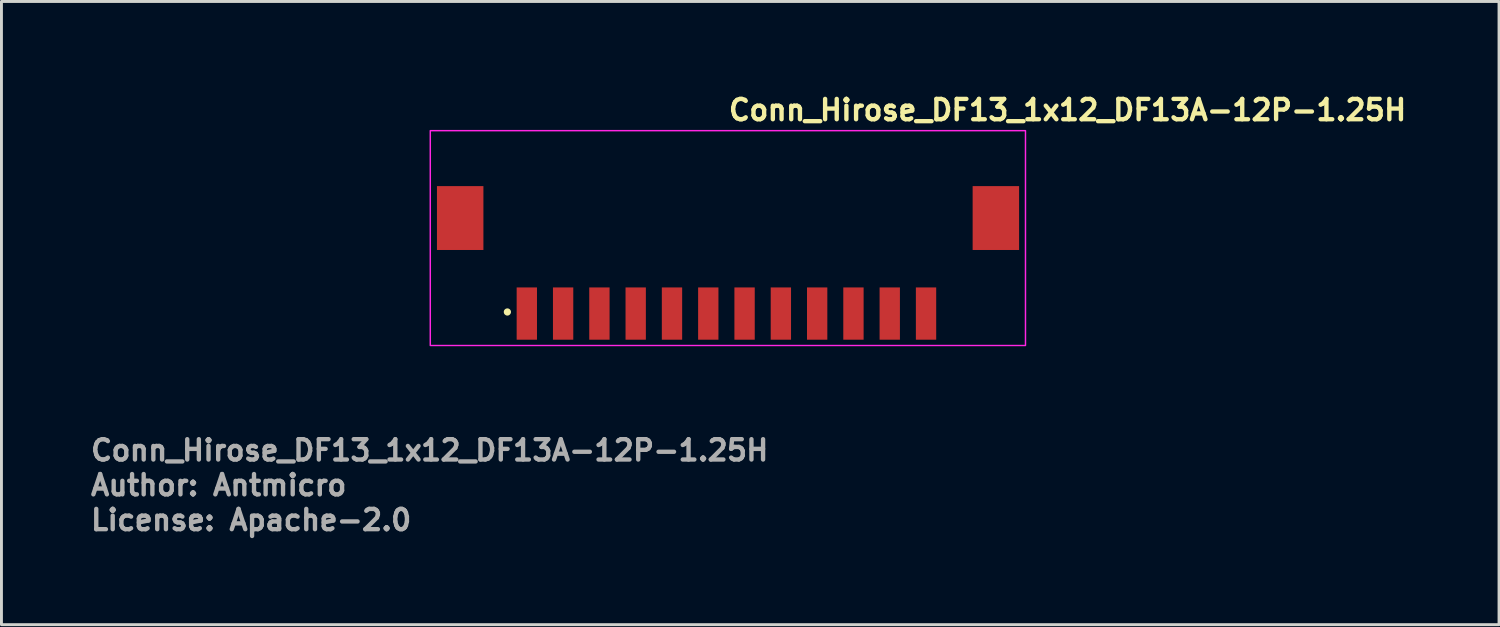
<source format=kicad_pcb>
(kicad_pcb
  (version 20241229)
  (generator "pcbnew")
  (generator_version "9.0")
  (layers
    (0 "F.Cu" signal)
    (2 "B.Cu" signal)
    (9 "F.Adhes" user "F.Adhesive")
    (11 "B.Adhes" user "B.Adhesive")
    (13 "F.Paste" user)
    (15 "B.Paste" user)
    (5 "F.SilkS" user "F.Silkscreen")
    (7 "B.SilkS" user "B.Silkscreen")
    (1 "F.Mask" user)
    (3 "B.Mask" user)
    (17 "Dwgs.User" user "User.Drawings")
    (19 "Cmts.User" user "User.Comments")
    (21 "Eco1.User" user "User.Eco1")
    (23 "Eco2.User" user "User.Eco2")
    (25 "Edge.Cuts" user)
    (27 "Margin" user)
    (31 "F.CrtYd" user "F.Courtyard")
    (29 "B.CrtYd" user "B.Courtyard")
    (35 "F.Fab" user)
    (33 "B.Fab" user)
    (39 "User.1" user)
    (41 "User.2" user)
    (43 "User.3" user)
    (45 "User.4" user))
  (footprint "Conn_Hirose_DF13_1x12_DF13A-12P-1.25H"
    (layer "F.Cu")
    (at 21.97 5.05)
    (property "Reference" "Conn_Hirose_DF13_1x12_DF13A-12P-1.25H" (at 0 -3.9 180) (layer "F.SilkS") (effects (font (size 0.7 0.7) (thickness 0.15)) (justify left bottom)))
    (attr smd)
    (fp_circle (center -7.545 2.645) (end -7.495 2.645) (stroke (width 0.15) (type solid)) (fill yes) (layer "F.SilkS"))
    (fp_rect (start -10.2 -3.6) (end 10.3 3.8) (stroke (width 0.05) (type solid)) (fill no) (layer "F.CrtYd"))
    (fp_rect (start -9.825 -3.25) (end 9.825 3.25) (stroke (width 0.1) (type solid)) (fill no) (layer "User.5"))
    (fp_line (start -9.825 -1.45) (end -9.825 -0.8) (stroke (width 0.02) (type solid)) (layer "User.9"))
    (fp_line (start -9.825 -1.45) (end -9.708 -1.45) (stroke (width 0.02) (type solid)) (layer "User.9"))
    (fp_line (start -9.825 -0.8) (end -9.708 -0.8) (stroke (width 0.02) (type solid)) (layer "User.9"))
    (fp_line (start -9.825 -0.3) (end -9.825 -0.8) (stroke (width 0.02) (type solid)) (layer "User.9"))
    (fp_line (start -9.825 -0.3) (end -9.825 0.35) (stroke (width 0.02) (type solid)) (layer "User.9"))
    (fp_line (start -9.825 -0.3) (end -9.708 -0.3) (stroke (width 0.02) (type solid)) (layer "User.9"))
    (fp_line (start -9.825 0.35) (end -9.708 0.35) (stroke (width 0.02) (type solid)) (layer "User.9"))
    (fp_line (start -9.708 -1.45) (end -9.708 -1.45) (stroke (width 0.02) (type solid)) (layer "User.9"))
    (fp_line (start -9.708 -1.45) (end -9.425 -1.45) (stroke (width 0.02) (type solid)) (layer "User.9"))
    (fp_line (start -9.708 -0.8) (end -9.708 -0.8) (stroke (width 0.02) (type solid)) (layer "User.9"))
    (fp_line (start -9.708 -0.8) (end -9.425 -0.8) (stroke (width 0.02) (type solid)) (layer "User.9"))
    (fp_line (start -9.708 -0.3) (end -9.708 -0.3) (stroke (width 0.02) (type solid)) (layer "User.9"))
    (fp_line (start -9.708 -0.3) (end -9.425 -0.3) (stroke (width 0.02) (type solid)) (layer "User.9"))
    (fp_line (start -9.708 0.35) (end -9.708 0.35) (stroke (width 0.02) (type solid)) (layer "User.9"))
    (fp_line (start -9.708 0.35) (end -9.425 0.35) (stroke (width 0.02) (type solid)) (layer "User.9"))
    (fp_line (start -9.625 -0.3) (end -9.625 -0.8) (stroke (width 0.02) (type solid)) (layer "User.9"))
    (fp_line (start -9.425 -0.8) (end -9.025 -0.8) (stroke (width 0.02) (type solid)) (layer "User.9"))
    (fp_line (start -9.425 0.35) (end -8.725 0.35) (stroke (width 0.02) (type solid)) (layer "User.9"))
    (fp_line (start -9.075 -2.25) (end -8.325 -2.25) (stroke (width 0.02) (type solid)) (layer "User.9"))
    (fp_line (start -9.075 -1.45) (end -9.075 -2.25) (stroke (width 0.02) (type solid)) (layer "User.9"))
    (fp_line (start -9.075 1.15) (end -9.075 0.35) (stroke (width 0.02) (type solid)) (layer "User.9"))
    (fp_line (start -9.075 1.15) (end -8.325 1.15) (stroke (width 0.02) (type solid)) (layer "User.9"))
    (fp_line (start -9.025 -0.8) (end -9.025 -0.3) (stroke (width 0.02) (type solid)) (layer "User.9"))
    (fp_line (start -9.025 -0.3) (end -9.425 -0.3) (stroke (width 0.02) (type solid)) (layer "User.9"))
    (fp_line (start -8.725 -1.45) (end -9.425 -1.45) (stroke (width 0.02) (type solid)) (layer "User.9"))
    (fp_line (start -8.725 -1.45) (end -8.442 -1.45) (stroke (width 0.02) (type solid)) (layer "User.9"))
    (fp_line (start -8.725 0.35) (end -8.442 0.35) (stroke (width 0.02) (type solid)) (layer "User.9"))
    (fp_line (start -8.535 -1.75) (end -8.325 -1.75) (stroke (width 0.02) (type solid)) (layer "User.9"))
    (fp_line (start -8.535 -1.45) (end -8.535 -1.75) (stroke (width 0.02) (type solid)) (layer "User.9"))
    (fp_line (start -8.535 0.65) (end -8.535 0.35) (stroke (width 0.02) (type solid)) (layer "User.9"))
    (fp_line (start -8.535 0.65) (end -8.325 0.65) (stroke (width 0.02) (type solid)) (layer "User.9"))
    (fp_line (start -8.525 -1.732) (end -8.525 -1.75) (stroke (width 0.02) (type solid)) (layer "User.9"))
    (fp_line (start -8.525 -1.732) (end -8.525 -1.55) (stroke (width 0.02) (type solid)) (layer "User.9"))
    (fp_line (start -8.525 -1.55) (end -8.325 -1.55) (stroke (width 0.02) (type solid)) (layer "User.9"))
    (fp_line (start -8.525 -1.45) (end -8.525 -1.55) (stroke (width 0.02) (type solid)) (layer "User.9"))
    (fp_line (start -8.525 0.451) (end -8.525 0.35) (stroke (width 0.02) (type solid)) (layer "User.9"))
    (fp_line (start -8.525 0.633) (end -8.525 0.451) (stroke (width 0.02) (type solid)) (layer "User.9"))
    (fp_line (start -8.525 0.65) (end -8.525 0.633) (stroke (width 0.02) (type solid)) (layer "User.9"))
    (fp_line (start -8.442 -1.45) (end -8.442 -1.45) (stroke (width 0.02) (type solid)) (layer "User.9"))
    (fp_line (start -8.442 -1.45) (end -8.325 -1.45) (stroke (width 0.02) (type solid)) (layer "User.9"))
    (fp_line (start -8.442 0.35) (end -8.442 0.35) (stroke (width 0.02) (type solid)) (layer "User.9"))
    (fp_line (start -8.442 0.35) (end -8.325 0.35) (stroke (width 0.02) (type solid)) (layer "User.9"))
    (fp_line (start -8.325 -3.25) (end -7.35 -3.25) (stroke (width 0.02) (type solid)) (layer "User.9"))
    (fp_line (start -8.325 0.451) (end -8.525 0.451) (stroke (width 0.02) (type solid)) (layer "User.9"))
    (fp_line (start -8.325 1.75) (end -8.325 -3.25) (stroke (width 0.02) (type solid)) (layer "User.9"))
    (fp_line (start -7.35 -3.25) (end -7.35 1.75) (stroke (width 0.02) (type solid)) (layer "User.9"))
    (fp_line (start -7.35 0.85) (end 7.35 0.85) (stroke (width 0.02) (type solid)) (layer "User.9"))
    (fp_line (start -7.35 1.75) (end -8.325 1.75) (stroke (width 0.02) (type solid)) (layer "User.9"))
    (fp_line (start -7.35 1.75) (end -7.05 1.75) (stroke (width 0.02) (type solid)) (layer "User.9"))
    (fp_line (start -7.05 1.05) (end -7.05 1.2) (stroke (width 0.02) (type solid)) (layer "User.9"))
    (fp_line (start -7.05 1.05) (end -6.7 1.05) (stroke (width 0.02) (type solid)) (layer "User.9"))
    (fp_line (start -7.05 1.3) (end -6.7 1.3) (stroke (width 0.02) (type solid)) (layer "User.9"))
    (fp_line (start -7.05 1.303) (end -7.05 1.05) (stroke (width 0.02) (type solid)) (layer "User.9"))
    (fp_line (start -7.05 1.303) (end -7.05 1.45) (stroke (width 0.02) (type solid)) (layer "User.9"))
    (fp_line (start -7.05 1.45) (end -7.05 1.45) (stroke (width 0.02) (type solid)) (layer "User.9"))
    (fp_line (start -7.05 1.45) (end -7.05 1.75) (stroke (width 0.02) (type solid)) (layer "User.9"))
    (fp_line (start -7.05 1.75) (end -7.05 2.95) (stroke (width 0.02) (type solid)) (layer "User.9"))
    (fp_line (start -7.05 2.95) (end -6.975 3.25) (stroke (width 0.02) (type solid)) (layer "User.9"))
    (fp_line (start -6.975 3.25) (end -6.775 3.25) (stroke (width 0.02) (type solid)) (layer "User.9"))
    (fp_line (start -6.775 3.25) (end -6.7 2.95) (stroke (width 0.02) (type solid)) (layer "User.9"))
    (fp_line (start -6.7 1.05) (end -6.7 1.2) (stroke (width 0.02) (type solid)) (layer "User.9"))
    (fp_line (start -6.7 1.05) (end -6.699 1.05) (stroke (width 0.02) (type solid)) (layer "User.9"))
    (fp_line (start -6.7 1.2) (end -6.7 1.3) (stroke (width 0.02) (type solid)) (layer "User.9"))
    (fp_line (start -6.7 1.3) (end -6.7 1.432) (stroke (width 0.02) (type solid)) (layer "User.9"))
    (fp_line (start -6.7 1.432) (end -6.7 1.432) (stroke (width 0.02) (type solid)) (layer "User.9"))
    (fp_line (start -6.7 1.432) (end -6.7 1.75) (stroke (width 0.02) (type solid)) (layer "User.9"))
    (fp_line (start -6.7 1.55) (end -6.699 1.55) (stroke (width 0.02) (type solid)) (layer "User.9"))
    (fp_line (start -6.7 1.75) (end -6.7 2.95) (stroke (width 0.02) (type solid)) (layer "User.9"))
    (fp_line (start -6.7 2.95) (end -7.05 2.95) (stroke (width 0.02) (type solid)) (layer "User.9"))
    (fp_line (start -6.699 1.05) (end -7.05 1.05) (stroke (width 0.02) (type solid)) (layer "User.9"))
    (fp_line (start -6.699 1.75) (end -6.699 1.05) (stroke (width 0.02) (type solid)) (layer "User.9"))
    (fp_line (start -5.801 1.05) (end -5.8 1.05) (stroke (width 0.02) (type solid)) (layer "User.9"))
    (fp_line (start -5.801 1.05) (end -5.449 1.05) (stroke (width 0.02) (type solid)) (layer "User.9"))
    (fp_line (start -5.801 1.55) (end -5.8 1.55) (stroke (width 0.02) (type solid)) (layer "User.9"))
    (fp_line (start -5.801 1.75) (end -6.699 1.75) (stroke (width 0.02) (type solid)) (layer "User.9"))
    (fp_line (start -5.801 1.75) (end -5.801 1.05) (stroke (width 0.02) (type solid)) (layer "User.9"))
    (fp_line (start -5.8 1.05) (end -5.8 1.2) (stroke (width 0.02) (type solid)) (layer "User.9"))
    (fp_line (start -5.8 1.2) (end -5.8 1.3) (stroke (width 0.02) (type solid)) (layer "User.9"))
    (fp_line (start -5.8 1.3) (end -5.8 1.432) (stroke (width 0.02) (type solid)) (layer "User.9"))
    (fp_line (start -5.8 1.3) (end -5.45 1.3) (stroke (width 0.02) (type solid)) (layer "User.9"))
    (fp_line (start -5.8 1.432) (end -5.8 1.432) (stroke (width 0.02) (type solid)) (layer "User.9"))
    (fp_line (start -5.8 1.432) (end -5.8 1.75) (stroke (width 0.02) (type solid)) (layer "User.9"))
    (fp_line (start -5.8 1.75) (end -5.8 2.95) (stroke (width 0.02) (type solid)) (layer "User.9"))
    (fp_line (start -5.8 2.95) (end -5.725 3.25) (stroke (width 0.02) (type solid)) (layer "User.9"))
    (fp_line (start -5.725 3.25) (end -5.525 3.25) (stroke (width 0.02) (type solid)) (layer "User.9"))
    (fp_line (start -5.525 3.25) (end -5.45 2.95) (stroke (width 0.02) (type solid)) (layer "User.9"))
    (fp_line (start -5.45 1.05) (end -5.45 1.2) (stroke (width 0.02) (type solid)) (layer "User.9"))
    (fp_line (start -5.45 1.05) (end -5.449 1.05) (stroke (width 0.02) (type solid)) (layer "User.9"))
    (fp_line (start -5.45 1.2) (end -5.45 1.3) (stroke (width 0.02) (type solid)) (layer "User.9"))
    (fp_line (start -5.45 1.3) (end -5.45 1.432) (stroke (width 0.02) (type solid)) (layer "User.9"))
    (fp_line (start -5.45 1.432) (end -5.45 1.432) (stroke (width 0.02) (type solid)) (layer "User.9"))
    (fp_line (start -5.45 1.432) (end -5.45 1.75) (stroke (width 0.02) (type solid)) (layer "User.9"))
    (fp_line (start -5.45 1.55) (end -5.449 1.55) (stroke (width 0.02) (type solid)) (layer "User.9"))
    (fp_line (start -5.45 1.75) (end -5.45 2.95) (stroke (width 0.02) (type solid)) (layer "User.9"))
    (fp_line (start -5.45 2.95) (end -5.8 2.95) (stroke (width 0.02) (type solid)) (layer "User.9"))
    (fp_line (start -5.449 1.75) (end -5.449 1.05) (stroke (width 0.02) (type solid)) (layer "User.9"))
    (fp_line (start -5.449 1.75) (end -4.551 1.75) (stroke (width 0.02) (type solid)) (layer "User.9"))
    (fp_line (start -4.551 1.05) (end -4.55 1.05) (stroke (width 0.02) (type solid)) (layer "User.9"))
    (fp_line (start -4.551 1.05) (end -4.199 1.05) (stroke (width 0.02) (type solid)) (layer "User.9"))
    (fp_line (start -4.551 1.55) (end -4.55 1.55) (stroke (width 0.02) (type solid)) (layer "User.9"))
    (fp_line (start -4.551 1.75) (end -4.551 1.05) (stroke (width 0.02) (type solid)) (layer "User.9"))
    (fp_line (start -4.55 1.05) (end -4.55 1.2) (stroke (width 0.02) (type solid)) (layer "User.9"))
    (fp_line (start -4.55 1.2) (end -4.55 1.3) (stroke (width 0.02) (type solid)) (layer "User.9"))
    (fp_line (start -4.55 1.3) (end -4.55 1.432) (stroke (width 0.02) (type solid)) (layer "User.9"))
    (fp_line (start -4.55 1.3) (end -4.2 1.3) (stroke (width 0.02) (type solid)) (layer "User.9"))
    (fp_line (start -4.55 1.432) (end -4.55 1.432) (stroke (width 0.02) (type solid)) (layer "User.9"))
    (fp_line (start -4.55 1.432) (end -4.55 1.75) (stroke (width 0.02) (type solid)) (layer "User.9"))
    (fp_line (start -4.55 1.75) (end -4.55 2.95) (stroke (width 0.02) (type solid)) (layer "User.9"))
    (fp_line (start -4.55 2.95) (end -4.475 3.25) (stroke (width 0.02) (type solid)) (layer "User.9"))
    (fp_line (start -4.475 3.25) (end -4.275 3.25) (stroke (width 0.02) (type solid)) (layer "User.9"))
    (fp_line (start -4.275 3.25) (end -4.2 2.95) (stroke (width 0.02) (type solid)) (layer "User.9"))
    (fp_line (start -4.2 1.05) (end -4.2 1.2) (stroke (width 0.02) (type solid)) (layer "User.9"))
    (fp_line (start -4.2 1.05) (end -4.199 1.05) (stroke (width 0.02) (type solid)) (layer "User.9"))
    (fp_line (start -4.2 1.2) (end -4.2 1.3) (stroke (width 0.02) (type solid)) (layer "User.9"))
    (fp_line (start -4.2 1.3) (end -4.2 1.432) (stroke (width 0.02) (type solid)) (layer "User.9"))
    (fp_line (start -4.2 1.432) (end -4.2 1.432) (stroke (width 0.02) (type solid)) (layer "User.9"))
    (fp_line (start -4.2 1.432) (end -4.2 1.75) (stroke (width 0.02) (type solid)) (layer "User.9"))
    (fp_line (start -4.2 1.55) (end -4.199 1.55) (stroke (width 0.02) (type solid)) (layer "User.9"))
    (fp_line (start -4.2 1.75) (end -4.2 2.95) (stroke (width 0.02) (type solid)) (layer "User.9"))
    (fp_line (start -4.2 2.95) (end -4.55 2.95) (stroke (width 0.02) (type solid)) (layer "User.9"))
    (fp_line (start -4.199 1.75) (end -4.199 1.05) (stroke (width 0.02) (type solid)) (layer "User.9"))
    (fp_line (start -4.199 1.75) (end -3.301 1.75) (stroke (width 0.02) (type solid)) (layer "User.9"))
    (fp_line (start -3.301 1.05) (end -3.3 1.05) (stroke (width 0.02) (type solid)) (layer "User.9"))
    (fp_line (start -3.301 1.05) (end -2.949 1.05) (stroke (width 0.02) (type solid)) (layer "User.9"))
    (fp_line (start -3.301 1.55) (end -3.3 1.55) (stroke (width 0.02) (type solid)) (layer "User.9"))
    (fp_line (start -3.301 1.75) (end -3.301 1.05) (stroke (width 0.02) (type solid)) (layer "User.9"))
    (fp_line (start -3.3 1.05) (end -3.3 1.2) (stroke (width 0.02) (type solid)) (layer "User.9"))
    (fp_line (start -3.3 1.2) (end -3.3 1.3) (stroke (width 0.02) (type solid)) (layer "User.9"))
    (fp_line (start -3.3 1.3) (end -3.3 1.432) (stroke (width 0.02) (type solid)) (layer "User.9"))
    (fp_line (start -3.3 1.3) (end -2.95 1.3) (stroke (width 0.02) (type solid)) (layer "User.9"))
    (fp_line (start -3.3 1.432) (end -3.3 1.432) (stroke (width 0.02) (type solid)) (layer "User.9"))
    (fp_line (start -3.3 1.432) (end -3.3 1.75) (stroke (width 0.02) (type solid)) (layer "User.9"))
    (fp_line (start -3.3 1.75) (end -3.3 2.95) (stroke (width 0.02) (type solid)) (layer "User.9"))
    (fp_line (start -3.3 2.95) (end -3.225 3.25) (stroke (width 0.02) (type solid)) (layer "User.9"))
    (fp_line (start -3.225 3.25) (end -3.025 3.25) (stroke (width 0.02) (type solid)) (layer "User.9"))
    (fp_line (start -3.025 3.25) (end -2.95 2.95) (stroke (width 0.02) (type solid)) (layer "User.9"))
    (fp_line (start -2.95 1.05) (end -2.95 1.2) (stroke (width 0.02) (type solid)) (layer "User.9"))
    (fp_line (start -2.95 1.05) (end -2.949 1.05) (stroke (width 0.02) (type solid)) (layer "User.9"))
    (fp_line (start -2.95 1.2) (end -2.95 1.3) (stroke (width 0.02) (type solid)) (layer "User.9"))
    (fp_line (start -2.95 1.3) (end -2.95 1.432) (stroke (width 0.02) (type solid)) (layer "User.9"))
    (fp_line (start -2.95 1.432) (end -2.95 1.432) (stroke (width 0.02) (type solid)) (layer "User.9"))
    (fp_line (start -2.95 1.432) (end -2.95 1.75) (stroke (width 0.02) (type solid)) (layer "User.9"))
    (fp_line (start -2.95 1.55) (end -2.949 1.55) (stroke (width 0.02) (type solid)) (layer "User.9"))
    (fp_line (start -2.95 1.75) (end -2.95 2.95) (stroke (width 0.02) (type solid)) (layer "User.9"))
    (fp_line (start -2.95 2.95) (end -3.3 2.95) (stroke (width 0.02) (type solid)) (layer "User.9"))
    (fp_line (start -2.949 1.75) (end -2.949 1.05) (stroke (width 0.02) (type solid)) (layer "User.9"))
    (fp_line (start -2.949 1.75) (end -2.051 1.75) (stroke (width 0.02) (type solid)) (layer "User.9"))
    (fp_line (start -2.051 1.05) (end -2.05 1.05) (stroke (width 0.02) (type solid)) (layer "User.9"))
    (fp_line (start -2.051 1.05) (end -1.699 1.05) (stroke (width 0.02) (type solid)) (layer "User.9"))
    (fp_line (start -2.051 1.55) (end -2.05 1.55) (stroke (width 0.02) (type solid)) (layer "User.9"))
    (fp_line (start -2.051 1.75) (end -2.051 1.05) (stroke (width 0.02) (type solid)) (layer "User.9"))
    (fp_line (start -2.05 1.05) (end -2.05 1.2) (stroke (width 0.02) (type solid)) (layer "User.9"))
    (fp_line (start -2.05 1.2) (end -2.05 1.3) (stroke (width 0.02) (type solid)) (layer "User.9"))
    (fp_line (start -2.05 1.3) (end -2.05 1.432) (stroke (width 0.02) (type solid)) (layer "User.9"))
    (fp_line (start -2.05 1.3) (end -1.7 1.3) (stroke (width 0.02) (type solid)) (layer "User.9"))
    (fp_line (start -2.05 1.432) (end -2.05 1.432) (stroke (width 0.02) (type solid)) (layer "User.9"))
    (fp_line (start -2.05 1.432) (end -2.05 1.75) (stroke (width 0.02) (type solid)) (layer "User.9"))
    (fp_line (start -2.05 1.75) (end -2.05 2.95) (stroke (width 0.02) (type solid)) (layer "User.9"))
    (fp_line (start -2.05 2.95) (end -1.975 3.25) (stroke (width 0.02) (type solid)) (layer "User.9"))
    (fp_line (start -1.975 3.25) (end -1.775 3.25) (stroke (width 0.02) (type solid)) (layer "User.9"))
    (fp_line (start -1.775 3.25) (end -1.7 2.95) (stroke (width 0.02) (type solid)) (layer "User.9"))
    (fp_line (start -1.7 1.05) (end -1.7 1.2) (stroke (width 0.02) (type solid)) (layer "User.9"))
    (fp_line (start -1.7 1.05) (end -1.699 1.05) (stroke (width 0.02) (type solid)) (layer "User.9"))
    (fp_line (start -1.7 1.2) (end -1.7 1.3) (stroke (width 0.02) (type solid)) (layer "User.9"))
    (fp_line (start -1.7 1.3) (end -1.7 1.432) (stroke (width 0.02) (type solid)) (layer "User.9"))
    (fp_line (start -1.7 1.432) (end -1.7 1.432) (stroke (width 0.02) (type solid)) (layer "User.9"))
    (fp_line (start -1.7 1.432) (end -1.7 1.75) (stroke (width 0.02) (type solid)) (layer "User.9"))
    (fp_line (start -1.7 1.55) (end -1.699 1.55) (stroke (width 0.02) (type solid)) (layer "User.9"))
    (fp_line (start -1.7 1.75) (end -1.7 2.95) (stroke (width 0.02) (type solid)) (layer "User.9"))
    (fp_line (start -1.7 2.95) (end -2.05 2.95) (stroke (width 0.02) (type solid)) (layer "User.9"))
    (fp_line (start -1.699 1.75) (end -1.699 1.05) (stroke (width 0.02) (type solid)) (layer "User.9"))
    (fp_line (start -1.699 1.75) (end -0.801 1.75) (stroke (width 0.02) (type solid)) (layer "User.9"))
    (fp_line (start -0.801 1.05) (end -0.8 1.05) (stroke (width 0.02) (type solid)) (layer "User.9"))
    (fp_line (start -0.801 1.55) (end -0.8 1.55) (stroke (width 0.02) (type solid)) (layer "User.9"))
    (fp_line (start -0.801 1.75) (end -0.801 1.05) (stroke (width 0.02) (type solid)) (layer "User.9"))
    (fp_line (start -0.8 1.05) (end -0.8 1.2) (stroke (width 0.02) (type solid)) (layer "User.9"))
    (fp_line (start -0.8 1.2) (end -0.8 1.3) (stroke (width 0.02) (type solid)) (layer "User.9"))
    (fp_line (start -0.8 1.3) (end -0.8 1.432) (stroke (width 0.02) (type solid)) (layer "User.9"))
    (fp_line (start -0.8 1.3) (end -0.45 1.3) (stroke (width 0.02) (type solid)) (layer "User.9"))
    (fp_line (start -0.8 1.432) (end -0.8 1.432) (stroke (width 0.02) (type solid)) (layer "User.9"))
    (fp_line (start -0.8 1.432) (end -0.8 1.75) (stroke (width 0.02) (type solid)) (layer "User.9"))
    (fp_line (start -0.8 1.75) (end -0.8 2.95) (stroke (width 0.02) (type solid)) (layer "User.9"))
    (fp_line (start -0.8 2.95) (end -0.725 3.25) (stroke (width 0.02) (type solid)) (layer "User.9"))
    (fp_line (start -0.725 3.25) (end -0.525 3.25) (stroke (width 0.02) (type solid)) (layer "User.9"))
    (fp_line (start -0.525 3.25) (end -0.45 2.95) (stroke (width 0.02) (type solid)) (layer "User.9"))
    (fp_line (start -0.45 1.05) (end -0.45 1.2) (stroke (width 0.02) (type solid)) (layer "User.9"))
    (fp_line (start -0.45 1.05) (end -0.449 1.05) (stroke (width 0.02) (type solid)) (layer "User.9"))
    (fp_line (start -0.45 1.2) (end -0.45 1.3) (stroke (width 0.02) (type solid)) (layer "User.9"))
    (fp_line (start -0.45 1.3) (end -0.45 1.432) (stroke (width 0.02) (type solid)) (layer "User.9"))
    (fp_line (start -0.45 1.432) (end -0.45 1.432) (stroke (width 0.02) (type solid)) (layer "User.9"))
    (fp_line (start -0.45 1.432) (end -0.45 1.75) (stroke (width 0.02) (type solid)) (layer "User.9"))
    (fp_line (start -0.45 1.55) (end -0.449 1.55) (stroke (width 0.02) (type solid)) (layer "User.9"))
    (fp_line (start -0.45 1.75) (end -0.45 2.95) (stroke (width 0.02) (type solid)) (layer "User.9"))
    (fp_line (start -0.45 2.95) (end -0.8 2.95) (stroke (width 0.02) (type solid)) (layer "User.9"))
    (fp_line (start -0.449 1.05) (end -0.801 1.05) (stroke (width 0.02) (type solid)) (layer "User.9"))
    (fp_line (start -0.449 1.75) (end -0.449 1.05) (stroke (width 0.02) (type solid)) (layer "User.9"))
    (fp_line (start -0.449 1.75) (end 0.449 1.75) (stroke (width 0.02) (type solid)) (layer "User.9"))
    (fp_line (start 0.449 1.05) (end 0.45 1.05) (stroke (width 0.02) (type solid)) (layer "User.9"))
    (fp_line (start 0.449 1.05) (end 0.801 1.05) (stroke (width 0.02) (type solid)) (layer "User.9"))
    (fp_line (start 0.449 1.55) (end 0.45 1.55) (stroke (width 0.02) (type solid)) (layer "User.9"))
    (fp_line (start 0.449 1.75) (end 0.449 1.05) (stroke (width 0.02) (type solid)) (layer "User.9"))
    (fp_line (start 0.45 1.05) (end 0.45 1.2) (stroke (width 0.02) (type solid)) (layer "User.9"))
    (fp_line (start 0.45 1.2) (end 0.45 1.3) (stroke (width 0.02) (type solid)) (layer "User.9"))
    (fp_line (start 0.45 1.3) (end 0.45 1.432) (stroke (width 0.02) (type solid)) (layer "User.9"))
    (fp_line (start 0.45 1.3) (end 0.8 1.3) (stroke (width 0.02) (type solid)) (layer "User.9"))
    (fp_line (start 0.45 1.432) (end 0.45 1.432) (stroke (width 0.02) (type solid)) (layer "User.9"))
    (fp_line (start 0.45 1.432) (end 0.45 1.75) (stroke (width 0.02) (type solid)) (layer "User.9"))
    (fp_line (start 0.45 1.75) (end 0.45 2.95) (stroke (width 0.02) (type solid)) (layer "User.9"))
    (fp_line (start 0.45 2.95) (end 0.525 3.25) (stroke (width 0.02) (type solid)) (layer "User.9"))
    (fp_line (start 0.525 3.25) (end 0.725 3.25) (stroke (width 0.02) (type solid)) (layer "User.9"))
    (fp_line (start 0.725 3.25) (end 0.8 2.95) (stroke (width 0.02) (type solid)) (layer "User.9"))
    (fp_line (start 0.8 1.05) (end 0.8 1.2) (stroke (width 0.02) (type solid)) (layer "User.9"))
    (fp_line (start 0.8 1.05) (end 0.801 1.05) (stroke (width 0.02) (type solid)) (layer "User.9"))
    (fp_line (start 0.8 1.2) (end 0.8 1.3) (stroke (width 0.02) (type solid)) (layer "User.9"))
    (fp_line (start 0.8 1.3) (end 0.8 1.432) (stroke (width 0.02) (type solid)) (layer "User.9"))
    (fp_line (start 0.8 1.432) (end 0.8 1.432) (stroke (width 0.02) (type solid)) (layer "User.9"))
    (fp_line (start 0.8 1.432) (end 0.8 1.75) (stroke (width 0.02) (type solid)) (layer "User.9"))
    (fp_line (start 0.8 1.55) (end 0.801 1.55) (stroke (width 0.02) (type solid)) (layer "User.9"))
    (fp_line (start 0.8 1.75) (end 0.8 2.95) (stroke (width 0.02) (type solid)) (layer "User.9"))
    (fp_line (start 0.8 2.95) (end 0.45 2.95) (stroke (width 0.02) (type solid)) (layer "User.9"))
    (fp_line (start 0.801 1.75) (end 0.801 1.05) (stroke (width 0.02) (type solid)) (layer "User.9"))
    (fp_line (start 1.699 1.05) (end 1.7 1.05) (stroke (width 0.02) (type solid)) (layer "User.9"))
    (fp_line (start 1.699 1.55) (end 1.7 1.55) (stroke (width 0.02) (type solid)) (layer "User.9"))
    (fp_line (start 1.699 1.75) (end 0.801 1.75) (stroke (width 0.02) (type solid)) (layer "User.9"))
    (fp_line (start 1.699 1.75) (end 1.699 1.05) (stroke (width 0.02) (type solid)) (layer "User.9"))
    (fp_line (start 1.7 1.05) (end 1.7 1.2) (stroke (width 0.02) (type solid)) (layer "User.9"))
    (fp_line (start 1.7 1.2) (end 1.7 1.3) (stroke (width 0.02) (type solid)) (layer "User.9"))
    (fp_line (start 1.7 1.3) (end 1.7 1.432) (stroke (width 0.02) (type solid)) (layer "User.9"))
    (fp_line (start 1.7 1.3) (end 2.05 1.3) (stroke (width 0.02) (type solid)) (layer "User.9"))
    (fp_line (start 1.7 1.432) (end 1.7 1.432) (stroke (width 0.02) (type solid)) (layer "User.9"))
    (fp_line (start 1.7 1.432) (end 1.7 1.75) (stroke (width 0.02) (type solid)) (layer "User.9"))
    (fp_line (start 1.7 1.75) (end 1.7 2.95) (stroke (width 0.02) (type solid)) (layer "User.9"))
    (fp_line (start 1.7 2.95) (end 1.775 3.25) (stroke (width 0.02) (type solid)) (layer "User.9"))
    (fp_line (start 1.775 3.25) (end 1.975 3.25) (stroke (width 0.02) (type solid)) (layer "User.9"))
    (fp_line (start 1.975 3.25) (end 2.05 2.95) (stroke (width 0.02) (type solid)) (layer "User.9"))
    (fp_line (start 2.05 1.05) (end 2.05 1.2) (stroke (width 0.02) (type solid)) (layer "User.9"))
    (fp_line (start 2.05 1.05) (end 2.051 1.05) (stroke (width 0.02) (type solid)) (layer "User.9"))
    (fp_line (start 2.05 1.2) (end 2.05 1.3) (stroke (width 0.02) (type solid)) (layer "User.9"))
    (fp_line (start 2.05 1.3) (end 2.05 1.432) (stroke (width 0.02) (type solid)) (layer "User.9"))
    (fp_line (start 2.05 1.432) (end 2.05 1.432) (stroke (width 0.02) (type solid)) (layer "User.9"))
    (fp_line (start 2.05 1.432) (end 2.05 1.75) (stroke (width 0.02) (type solid)) (layer "User.9"))
    (fp_line (start 2.05 1.55) (end 2.051 1.55) (stroke (width 0.02) (type solid)) (layer "User.9"))
    (fp_line (start 2.05 1.75) (end 2.05 2.95) (stroke (width 0.02) (type solid)) (layer "User.9"))
    (fp_line (start 2.05 2.95) (end 1.7 2.95) (stroke (width 0.02) (type solid)) (layer "User.9"))
    (fp_line (start 2.051 1.05) (end 1.699 1.05) (stroke (width 0.02) (type solid)) (layer "User.9"))
    (fp_line (start 2.051 1.75) (end 2.051 1.05) (stroke (width 0.02) (type solid)) (layer "User.9"))
    (fp_line (start 2.949 1.05) (end 2.95 1.05) (stroke (width 0.02) (type solid)) (layer "User.9"))
    (fp_line (start 2.949 1.55) (end 2.95 1.55) (stroke (width 0.02) (type solid)) (layer "User.9"))
    (fp_line (start 2.949 1.75) (end 2.051 1.75) (stroke (width 0.02) (type solid)) (layer "User.9"))
    (fp_line (start 2.949 1.75) (end 2.949 1.05) (stroke (width 0.02) (type solid)) (layer "User.9"))
    (fp_line (start 2.95 1.05) (end 2.95 1.2) (stroke (width 0.02) (type solid)) (layer "User.9"))
    (fp_line (start 2.95 1.2) (end 2.95 1.3) (stroke (width 0.02) (type solid)) (layer "User.9"))
    (fp_line (start 2.95 1.3) (end 2.95 1.432) (stroke (width 0.02) (type solid)) (layer "User.9"))
    (fp_line (start 2.95 1.3) (end 3.3 1.3) (stroke (width 0.02) (type solid)) (layer "User.9"))
    (fp_line (start 2.95 1.432) (end 2.95 1.432) (stroke (width 0.02) (type solid)) (layer "User.9"))
    (fp_line (start 2.95 1.432) (end 2.95 1.75) (stroke (width 0.02) (type solid)) (layer "User.9"))
    (fp_line (start 2.95 1.75) (end 2.95 2.95) (stroke (width 0.02) (type solid)) (layer "User.9"))
    (fp_line (start 2.95 2.95) (end 3.025 3.25) (stroke (width 0.02) (type solid)) (layer "User.9"))
    (fp_line (start 3.025 3.25) (end 3.225 3.25) (stroke (width 0.02) (type solid)) (layer "User.9"))
    (fp_line (start 3.225 3.25) (end 3.3 2.95) (stroke (width 0.02) (type solid)) (layer "User.9"))
    (fp_line (start 3.3 1.05) (end 3.3 1.2) (stroke (width 0.02) (type solid)) (layer "User.9"))
    (fp_line (start 3.3 1.05) (end 3.301 1.05) (stroke (width 0.02) (type solid)) (layer "User.9"))
    (fp_line (start 3.3 1.2) (end 3.3 1.3) (stroke (width 0.02) (type solid)) (layer "User.9"))
    (fp_line (start 3.3 1.3) (end 3.3 1.432) (stroke (width 0.02) (type solid)) (layer "User.9"))
    (fp_line (start 3.3 1.432) (end 3.3 1.432) (stroke (width 0.02) (type solid)) (layer "User.9"))
    (fp_line (start 3.3 1.432) (end 3.3 1.75) (stroke (width 0.02) (type solid)) (layer "User.9"))
    (fp_line (start 3.3 1.55) (end 3.301 1.55) (stroke (width 0.02) (type solid)) (layer "User.9"))
    (fp_line (start 3.3 1.75) (end 3.3 2.95) (stroke (width 0.02) (type solid)) (layer "User.9"))
    (fp_line (start 3.3 2.95) (end 2.95 2.95) (stroke (width 0.02) (type solid)) (layer "User.9"))
    (fp_line (start 3.301 1.05) (end 2.949 1.05) (stroke (width 0.02) (type solid)) (layer "User.9"))
    (fp_line (start 3.301 1.75) (end 3.301 1.05) (stroke (width 0.02) (type solid)) (layer "User.9"))
    (fp_line (start 4.199 1.05) (end 4.2 1.05) (stroke (width 0.02) (type solid)) (layer "User.9"))
    (fp_line (start 4.199 1.55) (end 4.2 1.55) (stroke (width 0.02) (type solid)) (layer "User.9"))
    (fp_line (start 4.199 1.75) (end 3.301 1.75) (stroke (width 0.02) (type solid)) (layer "User.9"))
    (fp_line (start 4.199 1.75) (end 4.199 1.05) (stroke (width 0.02) (type solid)) (layer "User.9"))
    (fp_line (start 4.2 1.05) (end 4.2 1.2) (stroke (width 0.02) (type solid)) (layer "User.9"))
    (fp_line (start 4.2 1.2) (end 4.2 1.3) (stroke (width 0.02) (type solid)) (layer "User.9"))
    (fp_line (start 4.2 1.3) (end 4.2 1.432) (stroke (width 0.02) (type solid)) (layer "User.9"))
    (fp_line (start 4.2 1.3) (end 4.55 1.3) (stroke (width 0.02) (type solid)) (layer "User.9"))
    (fp_line (start 4.2 1.432) (end 4.2 1.432) (stroke (width 0.02) (type solid)) (layer "User.9"))
    (fp_line (start 4.2 1.432) (end 4.2 1.75) (stroke (width 0.02) (type solid)) (layer "User.9"))
    (fp_line (start 4.2 1.75) (end 4.2 2.95) (stroke (width 0.02) (type solid)) (layer "User.9"))
    (fp_line (start 4.2 2.95) (end 4.275 3.25) (stroke (width 0.02) (type solid)) (layer "User.9"))
    (fp_line (start 4.275 3.25) (end 4.475 3.25) (stroke (width 0.02) (type solid)) (layer "User.9"))
    (fp_line (start 4.475 3.25) (end 4.55 2.95) (stroke (width 0.02) (type solid)) (layer "User.9"))
    (fp_line (start 4.55 1.05) (end 4.55 1.2) (stroke (width 0.02) (type solid)) (layer "User.9"))
    (fp_line (start 4.55 1.05) (end 4.551 1.05) (stroke (width 0.02) (type solid)) (layer "User.9"))
    (fp_line (start 4.55 1.2) (end 4.55 1.3) (stroke (width 0.02) (type solid)) (layer "User.9"))
    (fp_line (start 4.55 1.3) (end 4.55 1.432) (stroke (width 0.02) (type solid)) (layer "User.9"))
    (fp_line (start 4.55 1.432) (end 4.55 1.432) (stroke (width 0.02) (type solid)) (layer "User.9"))
    (fp_line (start 4.55 1.432) (end 4.55 1.75) (stroke (width 0.02) (type solid)) (layer "User.9"))
    (fp_line (start 4.55 1.55) (end 4.551 1.55) (stroke (width 0.02) (type solid)) (layer "User.9"))
    (fp_line (start 4.55 1.75) (end 4.55 2.95) (stroke (width 0.02) (type solid)) (layer "User.9"))
    (fp_line (start 4.55 2.95) (end 4.2 2.95) (stroke (width 0.02) (type solid)) (layer "User.9"))
    (fp_line (start 4.551 1.05) (end 4.199 1.05) (stroke (width 0.02) (type solid)) (layer "User.9"))
    (fp_line (start 4.551 1.75) (end 4.551 1.05) (stroke (width 0.02) (type solid)) (layer "User.9"))
    (fp_line (start 5.449 1.05) (end 5.45 1.05) (stroke (width 0.02) (type solid)) (layer "User.9"))
    (fp_line (start 5.449 1.55) (end 5.45 1.55) (stroke (width 0.02) (type solid)) (layer "User.9"))
    (fp_line (start 5.449 1.75) (end 4.551 1.75) (stroke (width 0.02) (type solid)) (layer "User.9"))
    (fp_line (start 5.449 1.75) (end 5.449 1.05) (stroke (width 0.02) (type solid)) (layer "User.9"))
    (fp_line (start 5.45 1.05) (end 5.45 1.2) (stroke (width 0.02) (type solid)) (layer "User.9"))
    (fp_line (start 5.45 1.2) (end 5.45 1.3) (stroke (width 0.02) (type solid)) (layer "User.9"))
    (fp_line (start 5.45 1.3) (end 5.45 1.432) (stroke (width 0.02) (type solid)) (layer "User.9"))
    (fp_line (start 5.45 1.3) (end 5.8 1.3) (stroke (width 0.02) (type solid)) (layer "User.9"))
    (fp_line (start 5.45 1.432) (end 5.45 1.432) (stroke (width 0.02) (type solid)) (layer "User.9"))
    (fp_line (start 5.45 1.432) (end 5.45 1.75) (stroke (width 0.02) (type solid)) (layer "User.9"))
    (fp_line (start 5.45 1.75) (end 5.45 2.95) (stroke (width 0.02) (type solid)) (layer "User.9"))
    (fp_line (start 5.45 2.95) (end 5.525 3.25) (stroke (width 0.02) (type solid)) (layer "User.9"))
    (fp_line (start 5.525 3.25) (end 5.725 3.25) (stroke (width 0.02) (type solid)) (layer "User.9"))
    (fp_line (start 5.725 3.25) (end 5.8 2.95) (stroke (width 0.02) (type solid)) (layer "User.9"))
    (fp_line (start 5.8 1.05) (end 5.8 1.2) (stroke (width 0.02) (type solid)) (layer "User.9"))
    (fp_line (start 5.8 1.05) (end 5.801 1.05) (stroke (width 0.02) (type solid)) (layer "User.9"))
    (fp_line (start 5.8 1.2) (end 5.8 1.3) (stroke (width 0.02) (type solid)) (layer "User.9"))
    (fp_line (start 5.8 1.3) (end 5.8 1.432) (stroke (width 0.02) (type solid)) (layer "User.9"))
    (fp_line (start 5.8 1.432) (end 5.8 1.432) (stroke (width 0.02) (type solid)) (layer "User.9"))
    (fp_line (start 5.8 1.432) (end 5.8 1.75) (stroke (width 0.02) (type solid)) (layer "User.9"))
    (fp_line (start 5.8 1.55) (end 5.801 1.55) (stroke (width 0.02) (type solid)) (layer "User.9"))
    (fp_line (start 5.8 1.75) (end 5.8 2.95) (stroke (width 0.02) (type solid)) (layer "User.9"))
    (fp_line (start 5.8 2.95) (end 5.45 2.95) (stroke (width 0.02) (type solid)) (layer "User.9"))
    (fp_line (start 5.801 1.05) (end 5.449 1.05) (stroke (width 0.02) (type solid)) (layer "User.9"))
    (fp_line (start 5.801 1.75) (end 5.801 1.05) (stroke (width 0.02) (type solid)) (layer "User.9"))
    (fp_line (start 5.801 1.75) (end 6.699 1.75) (stroke (width 0.02) (type solid)) (layer "User.9"))
    (fp_line (start 6.699 1.05) (end 6.7 1.05) (stroke (width 0.02) (type solid)) (layer "User.9"))
    (fp_line (start 6.699 1.05) (end 7.05 1.05) (stroke (width 0.02) (type solid)) (layer "User.9"))
    (fp_line (start 6.699 1.55) (end 6.7 1.55) (stroke (width 0.02) (type solid)) (layer "User.9"))
    (fp_line (start 6.699 1.75) (end 6.699 1.05) (stroke (width 0.02) (type solid)) (layer "User.9"))
    (fp_line (start 6.7 1.05) (end 6.7 1.2) (stroke (width 0.02) (type solid)) (layer "User.9"))
    (fp_line (start 6.7 1.05) (end 7.05 1.05) (stroke (width 0.02) (type solid)) (layer "User.9"))
    (fp_line (start 6.7 1.2) (end 6.7 1.3) (stroke (width 0.02) (type solid)) (layer "User.9"))
    (fp_line (start 6.7 1.3) (end 6.7 1.432) (stroke (width 0.02) (type solid)) (layer "User.9"))
    (fp_line (start 6.7 1.3) (end 7.05 1.3) (stroke (width 0.02) (type solid)) (layer "User.9"))
    (fp_line (start 6.7 1.432) (end 6.7 1.432) (stroke (width 0.02) (type solid)) (layer "User.9"))
    (fp_line (start 6.7 1.432) (end 6.7 1.75) (stroke (width 0.02) (type solid)) (layer "User.9"))
    (fp_line (start 6.7 1.75) (end 6.7 2.95) (stroke (width 0.02) (type solid)) (layer "User.9"))
    (fp_line (start 6.7 2.95) (end 6.775 3.25) (stroke (width 0.02) (type solid)) (layer "User.9"))
    (fp_line (start 6.775 3.25) (end 6.975 3.25) (stroke (width 0.02) (type solid)) (layer "User.9"))
    (fp_line (start 6.975 3.25) (end 7.05 2.95) (stroke (width 0.02) (type solid)) (layer "User.9"))
    (fp_line (start 7.05 1.05) (end 7.05 1.2) (stroke (width 0.02) (type solid)) (layer "User.9"))
    (fp_line (start 7.05 1.303) (end 7.05 1.05) (stroke (width 0.02) (type solid)) (layer "User.9"))
    (fp_line (start 7.05 1.303) (end 7.05 1.45) (stroke (width 0.02) (type solid)) (layer "User.9"))
    (fp_line (start 7.05 1.45) (end 7.05 1.45) (stroke (width 0.02) (type solid)) (layer "User.9"))
    (fp_line (start 7.05 1.45) (end 7.05 1.75) (stroke (width 0.02) (type solid)) (layer "User.9"))
    (fp_line (start 7.05 1.75) (end 7.05 2.95) (stroke (width 0.02) (type solid)) (layer "User.9"))
    (fp_line (start 7.05 2.95) (end 6.7 2.95) (stroke (width 0.02) (type solid)) (layer "User.9"))
    (fp_line (start 7.35 -3.25) (end -7.35 -3.25) (stroke (width 0.02) (type solid)) (layer "User.9"))
    (fp_line (start 7.35 -3.25) (end 7.35 1.75) (stroke (width 0.02) (type solid)) (layer "User.9"))
    (fp_line (start 7.35 1.75) (end 7.05 1.75) (stroke (width 0.02) (type solid)) (layer "User.9"))
    (fp_line (start 7.35 1.75) (end 8.325 1.75) (stroke (width 0.02) (type solid)) (layer "User.9"))
    (fp_line (start 8.325 -3.25) (end 7.35 -3.25) (stroke (width 0.02) (type solid)) (layer "User.9"))
    (fp_line (start 8.325 0.451) (end 8.525 0.451) (stroke (width 0.02) (type solid)) (layer "User.9"))
    (fp_line (start 8.325 1.75) (end 8.325 -3.25) (stroke (width 0.02) (type solid)) (layer "User.9"))
    (fp_line (start 8.442 -1.45) (end 8.325 -1.45) (stroke (width 0.02) (type solid)) (layer "User.9"))
    (fp_line (start 8.442 -1.45) (end 8.442 -1.45) (stroke (width 0.02) (type solid)) (layer "User.9"))
    (fp_line (start 8.442 0.35) (end 8.325 0.35) (stroke (width 0.02) (type solid)) (layer "User.9"))
    (fp_line (start 8.442 0.35) (end 8.442 0.35) (stroke (width 0.02) (type solid)) (layer "User.9"))
    (fp_line (start 8.525 -1.732) (end 8.525 -1.75) (stroke (width 0.02) (type solid)) (layer "User.9"))
    (fp_line (start 8.525 -1.732) (end 8.525 -1.55) (stroke (width 0.02) (type solid)) (layer "User.9"))
    (fp_line (start 8.525 -1.55) (end 8.325 -1.55) (stroke (width 0.02) (type solid)) (layer "User.9"))
    (fp_line (start 8.525 -1.45) (end 8.525 -1.55) (stroke (width 0.02) (type solid)) (layer "User.9"))
    (fp_line (start 8.525 0.451) (end 8.525 0.35) (stroke (width 0.02) (type solid)) (layer "User.9"))
    (fp_line (start 8.525 0.633) (end 8.525 0.451) (stroke (width 0.02) (type solid)) (layer "User.9"))
    (fp_line (start 8.525 0.65) (end 8.525 0.633) (stroke (width 0.02) (type solid)) (layer "User.9"))
    (fp_line (start 8.535 -1.75) (end 8.325 -1.75) (stroke (width 0.02) (type solid)) (layer "User.9"))
    (fp_line (start 8.535 -1.45) (end 8.535 -1.75) (stroke (width 0.02) (type solid)) (layer "User.9"))
    (fp_line (start 8.535 0.65) (end 8.325 0.65) (stroke (width 0.02) (type solid)) (layer "User.9"))
    (fp_line (start 8.535 0.65) (end 8.535 0.35) (stroke (width 0.02) (type solid)) (layer "User.9"))
    (fp_line (start 8.725 -1.45) (end 8.442 -1.45) (stroke (width 0.02) (type solid)) (layer "User.9"))
    (fp_line (start 8.725 -1.45) (end 9.425 -1.45) (stroke (width 0.02) (type solid)) (layer "User.9"))
    (fp_line (start 8.725 0.35) (end 8.442 0.35) (stroke (width 0.02) (type solid)) (layer "User.9"))
    (fp_line (start 9.025 -0.8) (end 9.025 -0.3) (stroke (width 0.02) (type solid)) (layer "User.9"))
    (fp_line (start 9.025 -0.3) (end 9.425 -0.3) (stroke (width 0.02) (type solid)) (layer "User.9"))
    (fp_line (start 9.075 -2.25) (end 8.325 -2.25) (stroke (width 0.02) (type solid)) (layer "User.9"))
    (fp_line (start 9.075 -1.45) (end 9.075 -2.25) (stroke (width 0.02) (type solid)) (layer "User.9"))
    (fp_line (start 9.075 1.15) (end 8.325 1.15) (stroke (width 0.02) (type solid)) (layer "User.9"))
    (fp_line (start 9.075 1.15) (end 9.075 0.35) (stroke (width 0.02) (type solid)) (layer "User.9"))
    (fp_line (start 9.425 -0.8) (end 9.025 -0.8) (stroke (width 0.02) (type solid)) (layer "User.9"))
    (fp_line (start 9.425 0.35) (end 8.725 0.35) (stroke (width 0.02) (type solid)) (layer "User.9"))
    (fp_line (start 9.625 -0.3) (end 9.625 -0.8) (stroke (width 0.02) (type solid)) (layer "User.9"))
    (fp_line (start 9.708 -1.45) (end 9.425 -1.45) (stroke (width 0.02) (type solid)) (layer "User.9"))
    (fp_line (start 9.708 -1.45) (end 9.708 -1.45) (stroke (width 0.02) (type solid)) (layer "User.9"))
    (fp_line (start 9.708 -0.8) (end 9.425 -0.8) (stroke (width 0.02) (type solid)) (layer "User.9"))
    (fp_line (start 9.708 -0.8) (end 9.708 -0.8) (stroke (width 0.02) (type solid)) (layer "User.9"))
    (fp_line (start 9.708 -0.3) (end 9.425 -0.3) (stroke (width 0.02) (type solid)) (layer "User.9"))
    (fp_line (start 9.708 -0.3) (end 9.708 -0.3) (stroke (width 0.02) (type solid)) (layer "User.9"))
    (fp_line (start 9.708 0.35) (end 9.425 0.35) (stroke (width 0.02) (type solid)) (layer "User.9"))
    (fp_line (start 9.708 0.35) (end 9.708 0.35) (stroke (width 0.02) (type solid)) (layer "User.9"))
    (fp_line (start 9.825 -1.45) (end 9.708 -1.45) (stroke (width 0.02) (type solid)) (layer "User.9"))
    (fp_line (start 9.825 -1.45) (end 9.825 -0.8) (stroke (width 0.02) (type solid)) (layer "User.9"))
    (fp_line (start 9.825 -0.8) (end 9.708 -0.8) (stroke (width 0.02) (type solid)) (layer "User.9"))
    (fp_line (start 9.825 -0.3) (end 9.708 -0.3) (stroke (width 0.02) (type solid)) (layer "User.9"))
    (fp_line (start 9.825 -0.3) (end 9.825 -0.8) (stroke (width 0.02) (type solid)) (layer "User.9"))
    (fp_line (start 9.825 -0.3) (end 9.825 0.35) (stroke (width 0.02) (type solid)) (layer "User.9"))
    (fp_line (start 9.825 0.35) (end 9.708 0.35) (stroke (width 0.02) (type solid)) (layer "User.9"))
    (fp_text user "${REFERENCE}" (at -21.97 7.82 0) (layer "F.Fab") (effects (font (size 0.7 0.7) (thickness 0.15)) (justify left bottom)))
    (fp_text user "License: Apache-2.0" (at -21.97 10.22 0) (layer "F.Fab") (effects (font (size 0.7 0.7) (thickness 0.15)) (justify left bottom)))
    (fp_text user "Author: Antmicro" (at -21.97 9.02 0) (layer "F.Fab") (effects (font (size 0.7 0.7) (thickness 0.15)) (justify left bottom)))
    (pad "1" smd rect (at -6.875 2.7 180) (size 0.7 1.8) (layers "F.Cu" "F.Mask" "F.Paste"))
    (pad "2" smd rect (at -5.625 2.7 180) (size 0.7 1.8) (layers "F.Cu" "F.Mask" "F.Paste"))
    (pad "3" smd rect (at -4.375 2.7 180) (size 0.7 1.8) (layers "F.Cu" "F.Mask" "F.Paste"))
    (pad "4" smd rect (at -3.125 2.7 180) (size 0.7 1.8) (layers "F.Cu" "F.Mask" "F.Paste"))
    (pad "5" smd rect (at -1.875 2.7 180) (size 0.7 1.8) (layers "F.Cu" "F.Mask" "F.Paste"))
    (pad "6" smd rect (at -0.625 2.7 180) (size 0.7 1.8) (layers "F.Cu" "F.Mask" "F.Paste"))
    (pad "7" smd rect (at 0.625 2.7 180) (size 0.7 1.8) (layers "F.Cu" "F.Mask" "F.Paste"))
    (pad "8" smd rect (at 1.875 2.7 180) (size 0.7 1.8) (layers "F.Cu" "F.Mask" "F.Paste"))
    (pad "9" smd rect (at 3.125 2.7 180) (size 0.7 1.8) (layers "F.Cu" "F.Mask" "F.Paste"))
    (pad "10" smd rect (at 4.375 2.7 180) (size 0.7 1.8) (layers "F.Cu" "F.Mask" "F.Paste"))
    (pad "11" smd rect (at 5.625 2.7 180) (size 0.7 1.8) (layers "F.Cu" "F.Mask" "F.Paste"))
    (pad "12" smd rect (at 6.875 2.7 180) (size 0.7 1.8) (layers "F.Cu" "F.Mask" "F.Paste"))
    (pad "MP" smd rect (at -9.17 -0.59 180) (size 1.6 2.2) (layers "F.Cu" "F.Mask" "F.Paste"))
    (pad "MP" smd rect (at 9.28 -0.59 180) (size 1.6 2.2) (layers "F.Cu" "F.Mask" "F.Paste")))
  (gr_rect
    (start -3 -3)
    (end 48.58 18.465)
    (stroke (width 0.1) (type default))
    (fill no)
    (layer "Edge.Cuts")))
</source>
